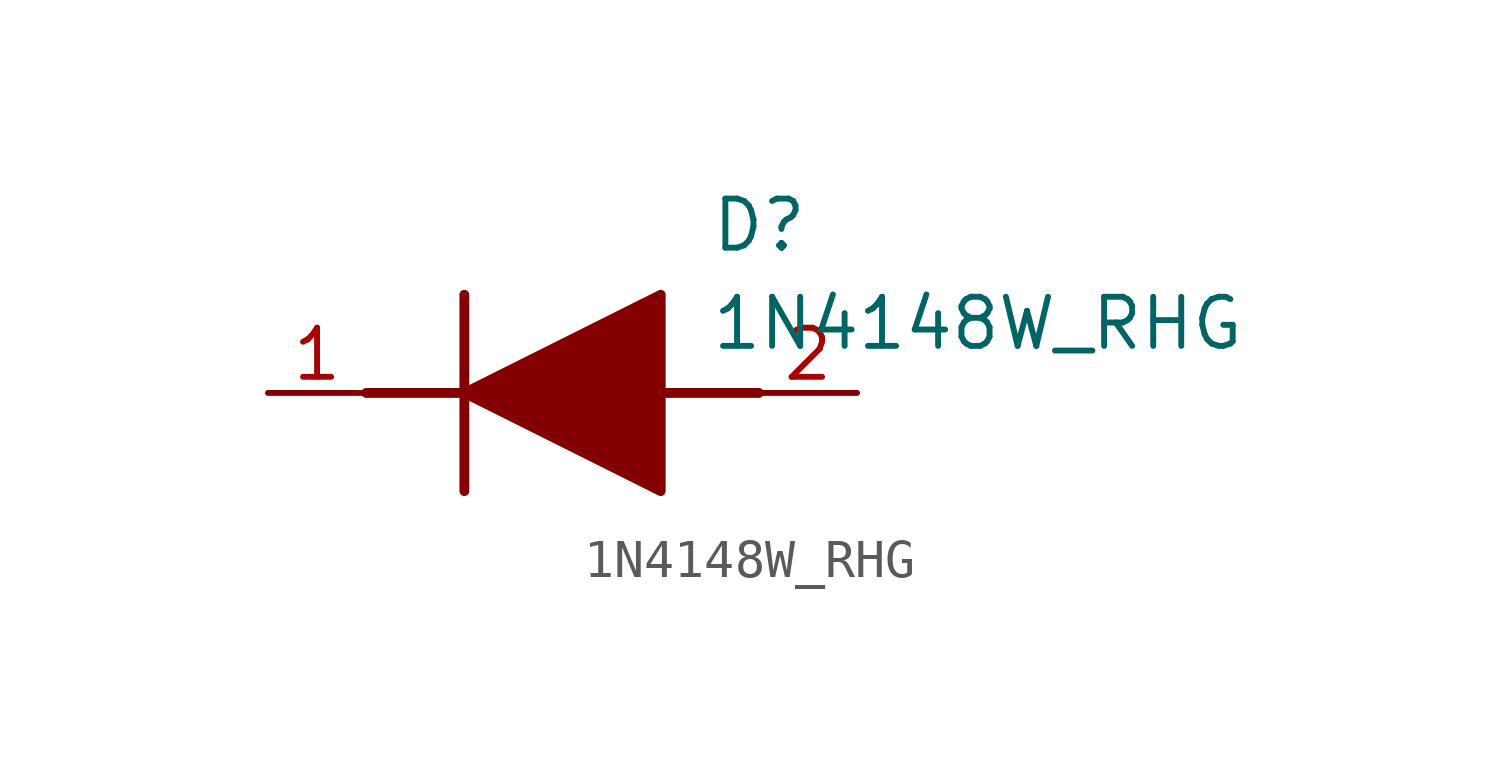
<source format=kicad_sym>
(kicad_symbol_lib
  (version 20211014)
  (generator SamacSys_ECAD_Model)
  (symbol "1N4148W_RHG"
    (pin_names hide)
    (property "Reference" "D"
      (at 11.43 5.08 0)
      (effects (font (size 1.27 1.27)) (justify left top)))
    (property "Value" "1N4148W_RHG"
      (at 11.43 2.54 0)
      (effects (font (size 1.27 1.27)) (justify left top)))
    (polyline
      (pts (xy 5.08 2.54) (xy 5.08 -2.54))
      (stroke (width 0.254) (type default))
      (fill (type none)))
    (polyline
      (pts (xy 2.54 0) (xy 5.08 0))
      (stroke (width 0.254) (type default))
      (fill (type none)))
    (polyline
      (pts (xy 10.16 0) (xy 12.7 0))
      (stroke (width 0.254) (type default))
      (fill (type none)))
    (polyline
      (pts (xy 5.08 0) (xy 10.16 2.54) (xy 10.16 -2.54) (xy 5.08 0))
      (stroke (width 0.254) (type default))
      (fill (type outline)))
    (pin passive line
      (at 0 0 0)
      (length 2.54)
      (name "K" (effects (font (size 1.27 1.27))))
      (number "1" (effects (font (size 1.27 1.27)))))
    (pin passive line
      (at 15.24 0 180)
      (length 2.54)
      (name "A" (effects (font (size 1.27 1.27))))
      (number "2" (effects (font (size 1.27 1.27)))))))
</source>
